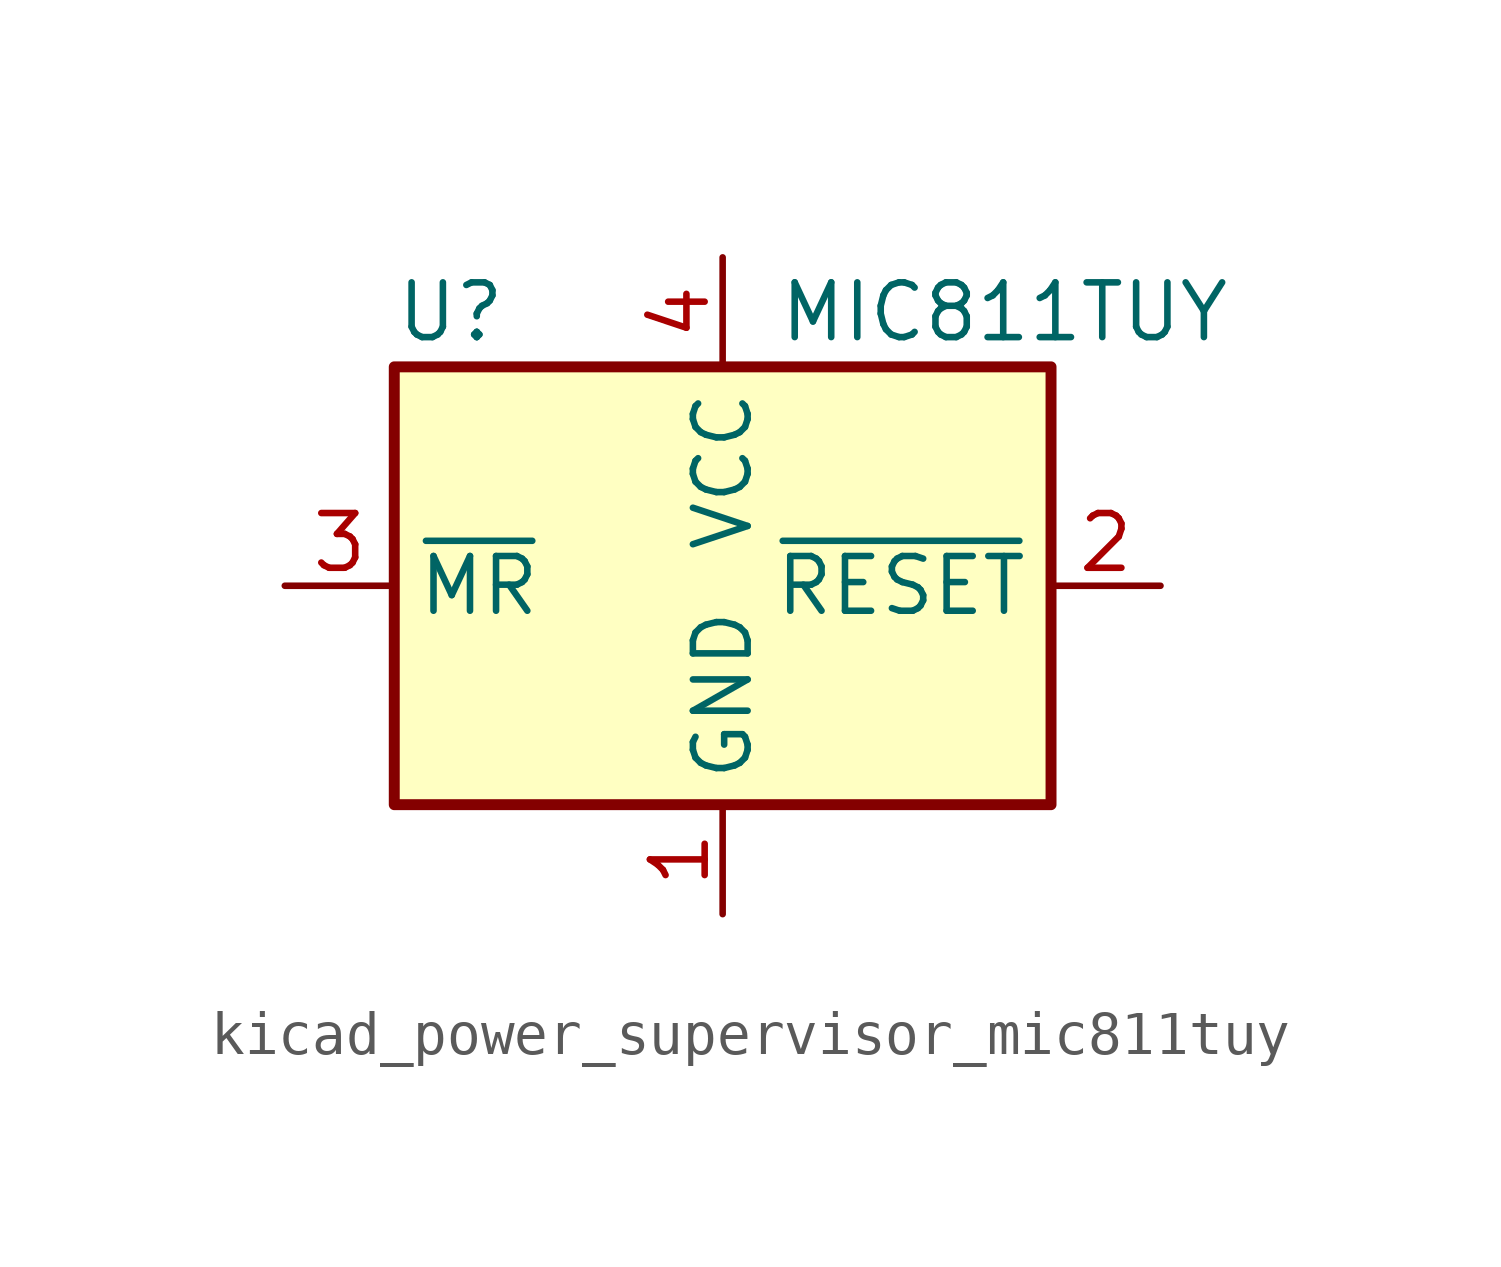
<source format=kicad_sym>
(kicad_symbol_lib
  (version 20220914)
  (generator kicad_symbol_editor)
  (symbol "kicad_power_supervisor_mic811tuy"
    (property "Reference" "U"
      (at -7.62 6.35 0)
      (effects (font (size 1.27 1.27)) (justify left)))
    (property "Value" "MIC811TUY"
      (at 1.27 6.35 0)
      (effects (font (size 1.27 1.27)) (justify left)))
    (symbol "kicad_power_supervisor_mic811tuy_0_1"
      (rectangle (start -7.62 5.08) (end 7.62 -5.08) (stroke (width 0.254) (type default)) (fill (type background))))
    (symbol "kicad_power_supervisor_mic811tuy_1_1"
      (pin power_in line (at 0 -7.62 90) (length 2.54) (name "GND" (effects (font (size 1.27 1.27)))) (number "1" (effects (font (size 1.27 1.27)))))
      (pin output line (at 10.16 0 180) (length 2.54) (name "~{RESET}" (effects (font (size 1.27 1.27)))) (number "2" (effects (font (size 1.27 1.27)))))
      (pin input line (at -10.16 0 0) (length 2.54) (name "~{MR}" (effects (font (size 1.27 1.27)))) (number "3" (effects (font (size 1.27 1.27)))))
      (pin power_in line (at 0 7.62 270) (length 2.54) (name "VCC" (effects (font (size 1.27 1.27)))) (number "4" (effects (font (size 1.27 1.27))))))))
</source>
